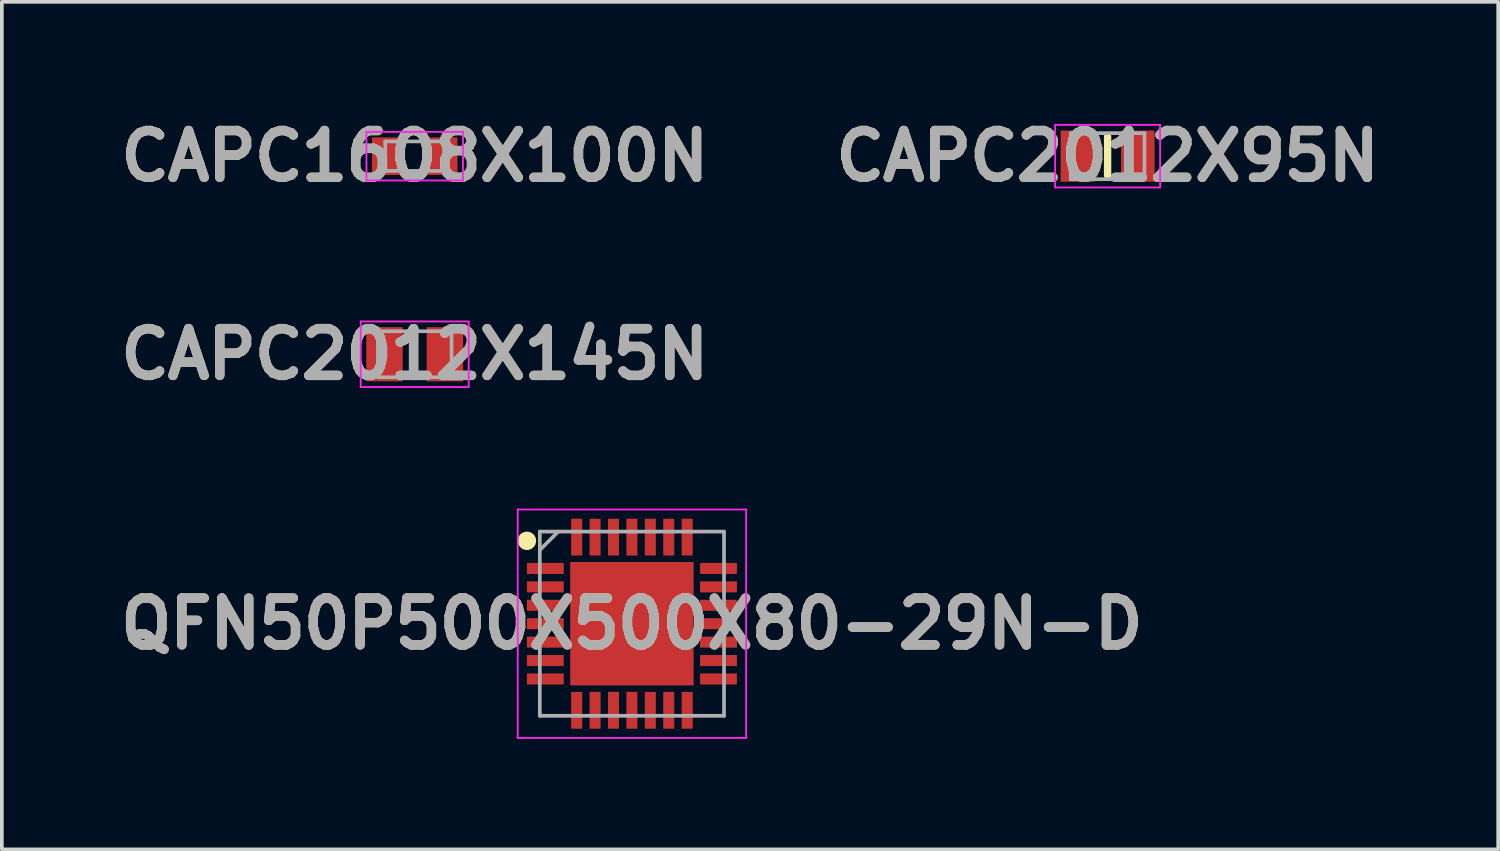
<source format=kicad_pcb>
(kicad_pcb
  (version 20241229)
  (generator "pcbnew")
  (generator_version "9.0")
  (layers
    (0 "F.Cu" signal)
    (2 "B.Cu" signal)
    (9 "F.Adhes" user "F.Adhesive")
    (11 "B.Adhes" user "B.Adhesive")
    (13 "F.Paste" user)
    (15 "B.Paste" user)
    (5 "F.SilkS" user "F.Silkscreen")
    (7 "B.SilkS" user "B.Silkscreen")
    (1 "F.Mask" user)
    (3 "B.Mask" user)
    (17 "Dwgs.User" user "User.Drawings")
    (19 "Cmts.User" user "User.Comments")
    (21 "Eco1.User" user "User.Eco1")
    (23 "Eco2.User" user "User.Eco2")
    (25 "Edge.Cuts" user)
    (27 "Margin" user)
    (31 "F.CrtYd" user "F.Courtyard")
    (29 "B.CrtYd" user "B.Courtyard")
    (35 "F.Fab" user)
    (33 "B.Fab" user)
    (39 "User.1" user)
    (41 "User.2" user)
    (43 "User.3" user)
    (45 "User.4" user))
  (footprint "QFN50P500X500X80-29N-D"
    (layer "F.Cu")
    (at 14.103 13.88)
    (property "Reference" "QFN50P500X500X80-29N-D" (at 0 0 0) (layer "F.SilkS") (effects (font (size 1.27 1.27) (thickness 0.254))))
    (attr smd)
    (fp_circle (center -2.85 -2.25) (end -2.85 -2.125) (stroke (width 0.25) (type solid)) (fill no) (layer "F.SilkS"))
    (fp_line (start -3.1 -3.1) (end 3.1 -3.1) (stroke (width 0.05) (type solid)) (layer "F.CrtYd"))
    (fp_line (start -3.1 3.1) (end -3.1 -3.1) (stroke (width 0.05) (type solid)) (layer "F.CrtYd"))
    (fp_line (start 3.1 -3.1) (end 3.1 3.1) (stroke (width 0.05) (type solid)) (layer "F.CrtYd"))
    (fp_line (start 3.1 3.1) (end -3.1 3.1) (stroke (width 0.05) (type solid)) (layer "F.CrtYd"))
    (fp_line (start -2.5 -2.5) (end 2.5 -2.5) (stroke (width 0.1) (type solid)) (layer "F.Fab"))
    (fp_line (start -2.5 -2) (end -2 -2.5) (stroke (width 0.1) (type solid)) (layer "F.Fab"))
    (fp_line (start -2.5 2.5) (end -2.5 -2.5) (stroke (width 0.1) (type solid)) (layer "F.Fab"))
    (fp_line (start 2.5 -2.5) (end 2.5 2.5) (stroke (width 0.1) (type solid)) (layer "F.Fab"))
    (fp_line (start 2.5 2.5) (end -2.5 2.5) (stroke (width 0.1) (type solid)) (layer "F.Fab"))
    (fp_text user "${REFERENCE}" (at 0 0 0) (layer "F.Fab") (effects (font (size 1.27 1.27) (thickness 0.254))))
    (pad "1" smd rect (at -2.35 -1.5 90) (size 0.3 1) (layers "F.Cu" "F.Mask" "F.Paste"))
    (pad "2" smd rect (at -2.35 -1 90) (size 0.3 1) (layers "F.Cu" "F.Mask" "F.Paste"))
    (pad "3" smd rect (at -2.35 -0.5 90) (size 0.3 1) (layers "F.Cu" "F.Mask" "F.Paste"))
    (pad "4" smd rect (at -2.35 0 90) (size 0.3 1) (layers "F.Cu" "F.Mask" "F.Paste"))
    (pad "5" smd rect (at -2.35 0.5 90) (size 0.3 1) (layers "F.Cu" "F.Mask" "F.Paste"))
    (pad "6" smd rect (at -2.35 1 90) (size 0.3 1) (layers "F.Cu" "F.Mask" "F.Paste"))
    (pad "7" smd rect (at -2.35 1.5 90) (size 0.3 1) (layers "F.Cu" "F.Mask" "F.Paste"))
    (pad "8" smd rect (at -1.5 2.35) (size 0.3 1) (layers "F.Cu" "F.Mask" "F.Paste"))
    (pad "9" smd rect (at -1 2.35) (size 0.3 1) (layers "F.Cu" "F.Mask" "F.Paste"))
    (pad "10" smd rect (at -0.5 2.35) (size 0.3 1) (layers "F.Cu" "F.Mask" "F.Paste"))
    (pad "11" smd rect (at 0 2.35) (size 0.3 1) (layers "F.Cu" "F.Mask" "F.Paste"))
    (pad "12" smd rect (at 0.5 2.35) (size 0.3 1) (layers "F.Cu" "F.Mask" "F.Paste"))
    (pad "13" smd rect (at 1 2.35) (size 0.3 1) (layers "F.Cu" "F.Mask" "F.Paste"))
    (pad "14" smd rect (at 1.5 2.35) (size 0.3 1) (layers "F.Cu" "F.Mask" "F.Paste"))
    (pad "15" smd rect (at 2.35 1.5 90) (size 0.3 1) (layers "F.Cu" "F.Mask" "F.Paste"))
    (pad "16" smd rect (at 2.35 1 90) (size 0.3 1) (layers "F.Cu" "F.Mask" "F.Paste"))
    (pad "17" smd rect (at 2.35 0.5 90) (size 0.3 1) (layers "F.Cu" "F.Mask" "F.Paste"))
    (pad "18" smd rect (at 2.35 0 90) (size 0.3 1) (layers "F.Cu" "F.Mask" "F.Paste"))
    (pad "19" smd rect (at 2.35 -0.5 90) (size 0.3 1) (layers "F.Cu" "F.Mask" "F.Paste"))
    (pad "20" smd rect (at 2.35 -1 90) (size 0.3 1) (layers "F.Cu" "F.Mask" "F.Paste"))
    (pad "21" smd rect (at 2.35 -1.5 90) (size 0.3 1) (layers "F.Cu" "F.Mask" "F.Paste"))
    (pad "22" smd rect (at 1.5 -2.35) (size 0.3 1) (layers "F.Cu" "F.Mask" "F.Paste"))
    (pad "23" smd rect (at 1 -2.35) (size 0.3 1) (layers "F.Cu" "F.Mask" "F.Paste"))
    (pad "24" smd rect (at 0.5 -2.35) (size 0.3 1) (layers "F.Cu" "F.Mask" "F.Paste"))
    (pad "25" smd rect (at 0 -2.35) (size 0.3 1) (layers "F.Cu" "F.Mask" "F.Paste"))
    (pad "26" smd rect (at -0.5 -2.35) (size 0.3 1) (layers "F.Cu" "F.Mask" "F.Paste"))
    (pad "27" smd rect (at -1 -2.35) (size 0.3 1) (layers "F.Cu" "F.Mask" "F.Paste"))
    (pad "28" smd rect (at -1.5 -2.35) (size 0.3 1) (layers "F.Cu" "F.Mask" "F.Paste"))
    (pad "29" smd rect (at 0 0) (size 3.35 3.35) (layers "F.Cu" "F.Mask" "F.Paste")))
  (footprint "CAPC2012X95N"
    (layer "F.Cu")
    (at 27.015 1.189)
    (property "Reference" "CAPC2012X95N" (at 0 0 0) (layer "F.SilkS") (effects (font (size 1.27 1.27) (thickness 0.254))))
    (attr smd)
    (fp_line (start 0 -0.525) (end 0 0.525) (stroke (width 0.2) (type solid)) (layer "F.SilkS"))
    (fp_line (start -1.425 -0.85) (end 1.425 -0.85) (stroke (width 0.05) (type solid)) (layer "F.CrtYd"))
    (fp_line (start -1.425 0.85) (end -1.425 -0.85) (stroke (width 0.05) (type solid)) (layer "F.CrtYd"))
    (fp_line (start 1.425 -0.85) (end 1.425 0.85) (stroke (width 0.05) (type solid)) (layer "F.CrtYd"))
    (fp_line (start 1.425 0.85) (end -1.425 0.85) (stroke (width 0.05) (type solid)) (layer "F.CrtYd"))
    (fp_line (start -1 -0.625) (end 1 -0.625) (stroke (width 0.1) (type solid)) (layer "F.Fab"))
    (fp_line (start -1 0.625) (end -1 -0.625) (stroke (width 0.1) (type solid)) (layer "F.Fab"))
    (fp_line (start 1 -0.625) (end 1 0.625) (stroke (width 0.1) (type solid)) (layer "F.Fab"))
    (fp_line (start 1 0.625) (end -1 0.625) (stroke (width 0.1) (type solid)) (layer "F.Fab"))
    (fp_text user "${REFERENCE}" (at 0 0 0) (layer "F.Fab") (effects (font (size 1.27 1.27) (thickness 0.254))))
    (pad "1" smd rect (at -0.82 0) (size 0.91 1.39) (layers "F.Cu" "F.Mask" "F.Paste"))
    (pad "2" smd rect (at 0.82 0) (size 0.91 1.39) (layers "F.Cu" "F.Mask" "F.Paste")))
  (footprint "CAPC2012X145N"
    (layer "F.Cu")
    (at 8.207 6.566)
    (property "Reference" "CAPC2012X145N" (at 0 0 0) (layer "F.SilkS") (effects (font (size 1.27 1.27) (thickness 0.254))))
    (attr smd)
    (fp_line (start -1.465 -0.89) (end 1.465 -0.89) (stroke (width 0.05) (type solid)) (layer "F.CrtYd"))
    (fp_line (start -1.465 0.89) (end -1.465 -0.89) (stroke (width 0.05) (type solid)) (layer "F.CrtYd"))
    (fp_line (start 1.465 -0.89) (end 1.465 0.89) (stroke (width 0.05) (type solid)) (layer "F.CrtYd"))
    (fp_line (start 1.465 0.89) (end -1.465 0.89) (stroke (width 0.05) (type solid)) (layer "F.CrtYd"))
    (fp_line (start -1 -0.625) (end 1 -0.625) (stroke (width 0.1) (type solid)) (layer "F.Fab"))
    (fp_line (start -1 0.625) (end -1 -0.625) (stroke (width 0.1) (type solid)) (layer "F.Fab"))
    (fp_line (start 1 -0.625) (end 1 0.625) (stroke (width 0.1) (type solid)) (layer "F.Fab"))
    (fp_line (start 1 0.625) (end -1 0.625) (stroke (width 0.1) (type solid)) (layer "F.Fab"))
    (fp_text user "${REFERENCE}" (at 0 0 0) (layer "F.Fab") (effects (font (size 1.27 1.27) (thickness 0.254))))
    (pad "1" smd rect (at -0.82 0) (size 0.99 1.47) (layers "F.Cu" "F.Mask" "F.Paste"))
    (pad "2" smd rect (at 0.82 0) (size 0.99 1.47) (layers "F.Cu" "F.Mask" "F.Paste")))
  (footprint "CAPC1608X100N"
    (layer "F.Cu")
    (at 8.207 1.189)
    (property "Reference" "CAPC1608X100N" (at 0 0 0) (layer "F.SilkS") (effects (font (size 1.27 1.27) (thickness 0.254))))
    (attr smd)
    (fp_line (start -1.31 -0.66) (end 1.31 -0.66) (stroke (width 0.05) (type solid)) (layer "F.CrtYd"))
    (fp_line (start -1.31 0.66) (end -1.31 -0.66) (stroke (width 0.05) (type solid)) (layer "F.CrtYd"))
    (fp_line (start 1.31 -0.66) (end 1.31 0.66) (stroke (width 0.05) (type solid)) (layer "F.CrtYd"))
    (fp_line (start 1.31 0.66) (end -1.31 0.66) (stroke (width 0.05) (type solid)) (layer "F.CrtYd"))
    (fp_line (start -0.8 -0.4) (end 0.8 -0.4) (stroke (width 0.1) (type solid)) (layer "F.Fab"))
    (fp_line (start -0.8 0.4) (end -0.8 -0.4) (stroke (width 0.1) (type solid)) (layer "F.Fab"))
    (fp_line (start 0.8 -0.4) (end 0.8 0.4) (stroke (width 0.1) (type solid)) (layer "F.Fab"))
    (fp_line (start 0.8 0.4) (end -0.8 0.4) (stroke (width 0.1) (type solid)) (layer "F.Fab"))
    (fp_text user "${REFERENCE}" (at 0 0 0) (layer "F.Fab") (effects (font (size 1.27 1.27) (thickness 0.254))))
    (pad "1" smd rect (at -0.71 0) (size 0.9 1.02) (layers "F.Cu" "F.Mask" "F.Paste"))
    (pad "2" smd rect (at 0.71 0) (size 0.9 1.02) (layers "F.Cu" "F.Mask" "F.Paste")))
  (gr_rect
    (start -3 -3)
    (end 37.617 20.005)
    (stroke (width 0.1) (type default))
    (fill no)
    (layer "Edge.Cuts")))
</source>
